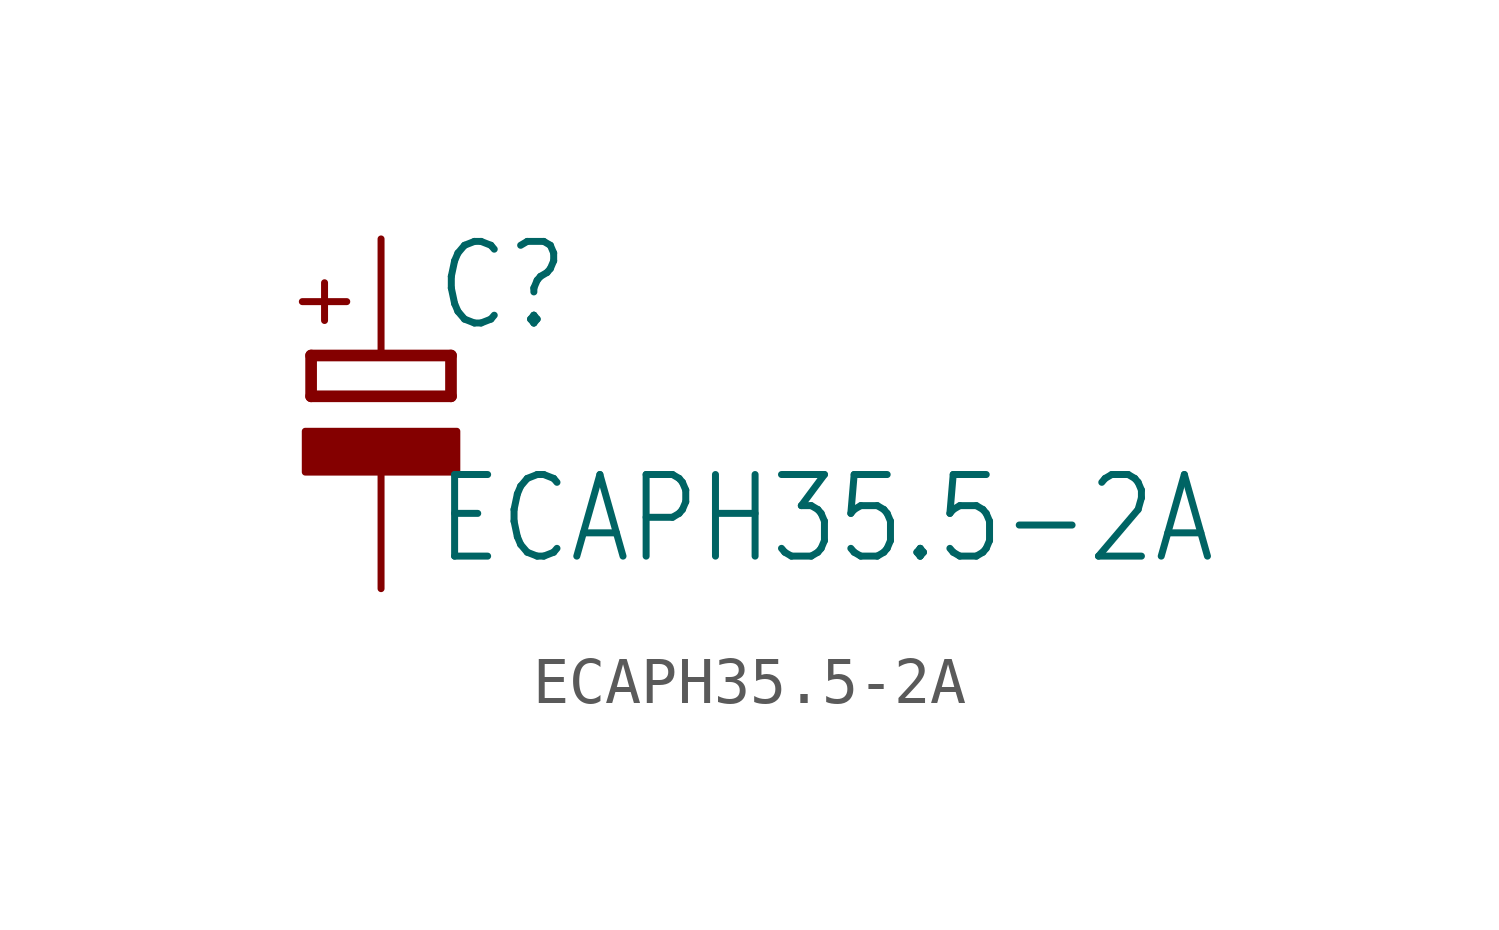
<source format=kicad_sym>
(kicad_symbol_lib
  (version 20211014)
  (generator kicad_symbol_editor)
  (symbol "ECAPH35.5-2A"
    (property "Reference" "C"
      (at 1.143 0.483 0)
      (effects (font (size 1.778 1.511)) (justify left bottom)))
    (property "Value" "ECAPH35.5-2A"
      (at 1.143 -4.597 0)
      (effects (font (size 1.778 1.511)) (justify left bottom)))
    (property "ki_locked" ""
      (at 0 0 0)
      (effects (font (size 1.27 1.27))))
    (symbol "ECAPH35.5-2A_1_0"
      (rectangle (start -1.651 -2.54) (end 1.651 -1.651) (stroke (width 0) (type default) (color 0 0 0 0)) (fill (type outline)))
      (polyline (pts (xy -1.524 -0.889) (xy 1.524 -0.889)) (stroke (width 0.254) (type default) (color 0 0 0 0)) (fill (type none)))
      (polyline (pts (xy -1.524 0) (xy -1.524 -0.889)) (stroke (width 0.254) (type default) (color 0 0 0 0)) (fill (type none)))
      (polyline (pts (xy -1.524 0) (xy 1.524 0)) (stroke (width 0.254) (type default) (color 0 0 0 0)) (fill (type none)))
      (polyline (pts (xy 1.524 -0.889) (xy 1.524 0)) (stroke (width 0.254) (type default) (color 0 0 0 0)) (fill (type none)))
      (text "+" (at -0.584 0.406 900) (effects (font (size 1.27 1.079)) (justify left bottom)))
      (pin passive line (at 0 2.54 270) (length 2.54) (name "+" (effects (font (size 0 0)))) (number "+" (effects (font (size 0 0)))))
      (pin passive line (at 0 -5.08 90) (length 2.54) (name "-" (effects (font (size 0 0)))) (number "-" (effects (font (size 0 0))))))))
</source>
